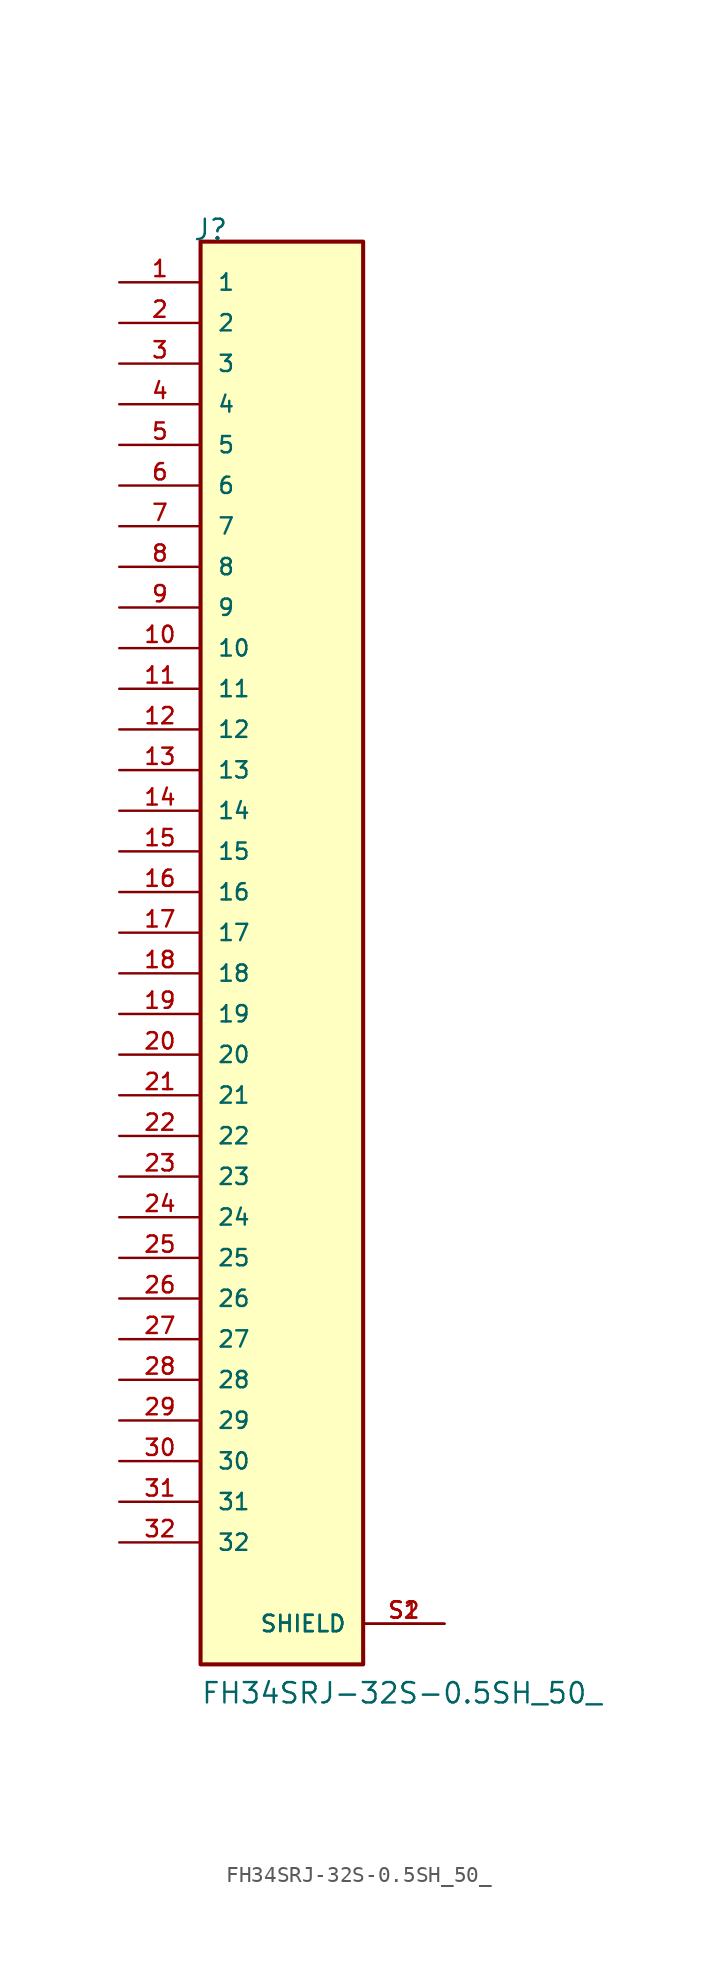
<source format=kicad_sym>
(kicad_symbol_lib
  (version 20211014)
  (generator kicad_symbol_editor)
  (symbol "FH34SRJ-32S-0.5SH_50_"
    (pin_names
      (offset 1.016))
    (property "Reference" "J"
      (at -5.58 43.18 0)
      (effects (font (size 1.27 1.27)) (justify bottom left)))
    (property "Value" "FH34SRJ-32S-0.5SH_50_"
      (at -5.08 -48.26 0)
      (effects (font (size 1.27 1.27)) (justify bottom left)))
    (symbol "FH34SRJ-32S-0.5SH_50__0_0"
      (rectangle (start -5.08 -45.72) (end 5.08 43.18) (stroke (width 0.254)) (fill (type background)))
      (pin passive line (at -10.16 40.64 0) (length 5.08) (name "1" (effects (font (size 1.016 1.016)))) (number "1" (effects (font (size 1.016 1.016)))))
      (pin passive line (at -10.16 38.1 0) (length 5.08) (name "2" (effects (font (size 1.016 1.016)))) (number "2" (effects (font (size 1.016 1.016)))))
      (pin passive line (at -10.16 35.56 0) (length 5.08) (name "3" (effects (font (size 1.016 1.016)))) (number "3" (effects (font (size 1.016 1.016)))))
      (pin passive line (at -10.16 33.02 0) (length 5.08) (name "4" (effects (font (size 1.016 1.016)))) (number "4" (effects (font (size 1.016 1.016)))))
      (pin passive line (at -10.16 30.48 0) (length 5.08) (name "5" (effects (font (size 1.016 1.016)))) (number "5" (effects (font (size 1.016 1.016)))))
      (pin passive line (at -10.16 27.94 0) (length 5.08) (name "6" (effects (font (size 1.016 1.016)))) (number "6" (effects (font (size 1.016 1.016)))))
      (pin passive line (at -10.16 25.4 0) (length 5.08) (name "7" (effects (font (size 1.016 1.016)))) (number "7" (effects (font (size 1.016 1.016)))))
      (pin passive line (at -10.16 22.86 0) (length 5.08) (name "8" (effects (font (size 1.016 1.016)))) (number "8" (effects (font (size 1.016 1.016)))))
      (pin passive line (at -10.16 20.32 0) (length 5.08) (name "9" (effects (font (size 1.016 1.016)))) (number "9" (effects (font (size 1.016 1.016)))))
      (pin passive line (at -10.16 17.78 0) (length 5.08) (name "10" (effects (font (size 1.016 1.016)))) (number "10" (effects (font (size 1.016 1.016)))))
      (pin passive line (at -10.16 15.24 0) (length 5.08) (name "11" (effects (font (size 1.016 1.016)))) (number "11" (effects (font (size 1.016 1.016)))))
      (pin passive line (at -10.16 12.7 0) (length 5.08) (name "12" (effects (font (size 1.016 1.016)))) (number "12" (effects (font (size 1.016 1.016)))))
      (pin passive line (at -10.16 10.16 0) (length 5.08) (name "13" (effects (font (size 1.016 1.016)))) (number "13" (effects (font (size 1.016 1.016)))))
      (pin passive line (at -10.16 7.62 0) (length 5.08) (name "14" (effects (font (size 1.016 1.016)))) (number "14" (effects (font (size 1.016 1.016)))))
      (pin passive line (at -10.16 5.08 0) (length 5.08) (name "15" (effects (font (size 1.016 1.016)))) (number "15" (effects (font (size 1.016 1.016)))))
      (pin passive line (at -10.16 2.54 0) (length 5.08) (name "16" (effects (font (size 1.016 1.016)))) (number "16" (effects (font (size 1.016 1.016)))))
      (pin passive line (at -10.16 0.0 0) (length 5.08) (name "17" (effects (font (size 1.016 1.016)))) (number "17" (effects (font (size 1.016 1.016)))))
      (pin passive line (at -10.16 -2.54 0) (length 5.08) (name "18" (effects (font (size 1.016 1.016)))) (number "18" (effects (font (size 1.016 1.016)))))
      (pin passive line (at -10.16 -5.08 0) (length 5.08) (name "19" (effects (font (size 1.016 1.016)))) (number "19" (effects (font (size 1.016 1.016)))))
      (pin passive line (at -10.16 -7.62 0) (length 5.08) (name "20" (effects (font (size 1.016 1.016)))) (number "20" (effects (font (size 1.016 1.016)))))
      (pin passive line (at -10.16 -10.16 0) (length 5.08) (name "21" (effects (font (size 1.016 1.016)))) (number "21" (effects (font (size 1.016 1.016)))))
      (pin passive line (at -10.16 -12.7 0) (length 5.08) (name "22" (effects (font (size 1.016 1.016)))) (number "22" (effects (font (size 1.016 1.016)))))
      (pin passive line (at -10.16 -15.24 0) (length 5.08) (name "23" (effects (font (size 1.016 1.016)))) (number "23" (effects (font (size 1.016 1.016)))))
      (pin passive line (at -10.16 -17.78 0) (length 5.08) (name "24" (effects (font (size 1.016 1.016)))) (number "24" (effects (font (size 1.016 1.016)))))
      (pin passive line (at -10.16 -20.32 0) (length 5.08) (name "25" (effects (font (size 1.016 1.016)))) (number "25" (effects (font (size 1.016 1.016)))))
      (pin passive line (at -10.16 -22.86 0) (length 5.08) (name "26" (effects (font (size 1.016 1.016)))) (number "26" (effects (font (size 1.016 1.016)))))
      (pin passive line (at -10.16 -25.4 0) (length 5.08) (name "27" (effects (font (size 1.016 1.016)))) (number "27" (effects (font (size 1.016 1.016)))))
      (pin passive line (at -10.16 -27.94 0) (length 5.08) (name "28" (effects (font (size 1.016 1.016)))) (number "28" (effects (font (size 1.016 1.016)))))
      (pin passive line (at -10.16 -30.48 0) (length 5.08) (name "29" (effects (font (size 1.016 1.016)))) (number "29" (effects (font (size 1.016 1.016)))))
      (pin passive line (at -10.16 -33.02 0) (length 5.08) (name "30" (effects (font (size 1.016 1.016)))) (number "30" (effects (font (size 1.016 1.016)))))
      (pin passive line (at -10.16 -35.56 0) (length 5.08) (name "31" (effects (font (size 1.016 1.016)))) (number "31" (effects (font (size 1.016 1.016)))))
      (pin passive line (at -10.16 -38.1 0) (length 5.08) (name "32" (effects (font (size 1.016 1.016)))) (number "32" (effects (font (size 1.016 1.016)))))
      (pin passive line (at 10.16 -43.18 180.0) (length 5.08) (name "SHIELD" (effects (font (size 1.016 1.016)))) (number "S1" (effects (font (size 1.016 1.016)))))
      (pin passive line (at 10.16 -43.18 180.0) (length 5.08) (name "SHIELD" (effects (font (size 1.016 1.016)))) (number "S2" (effects (font (size 1.016 1.016))))))))
</source>
